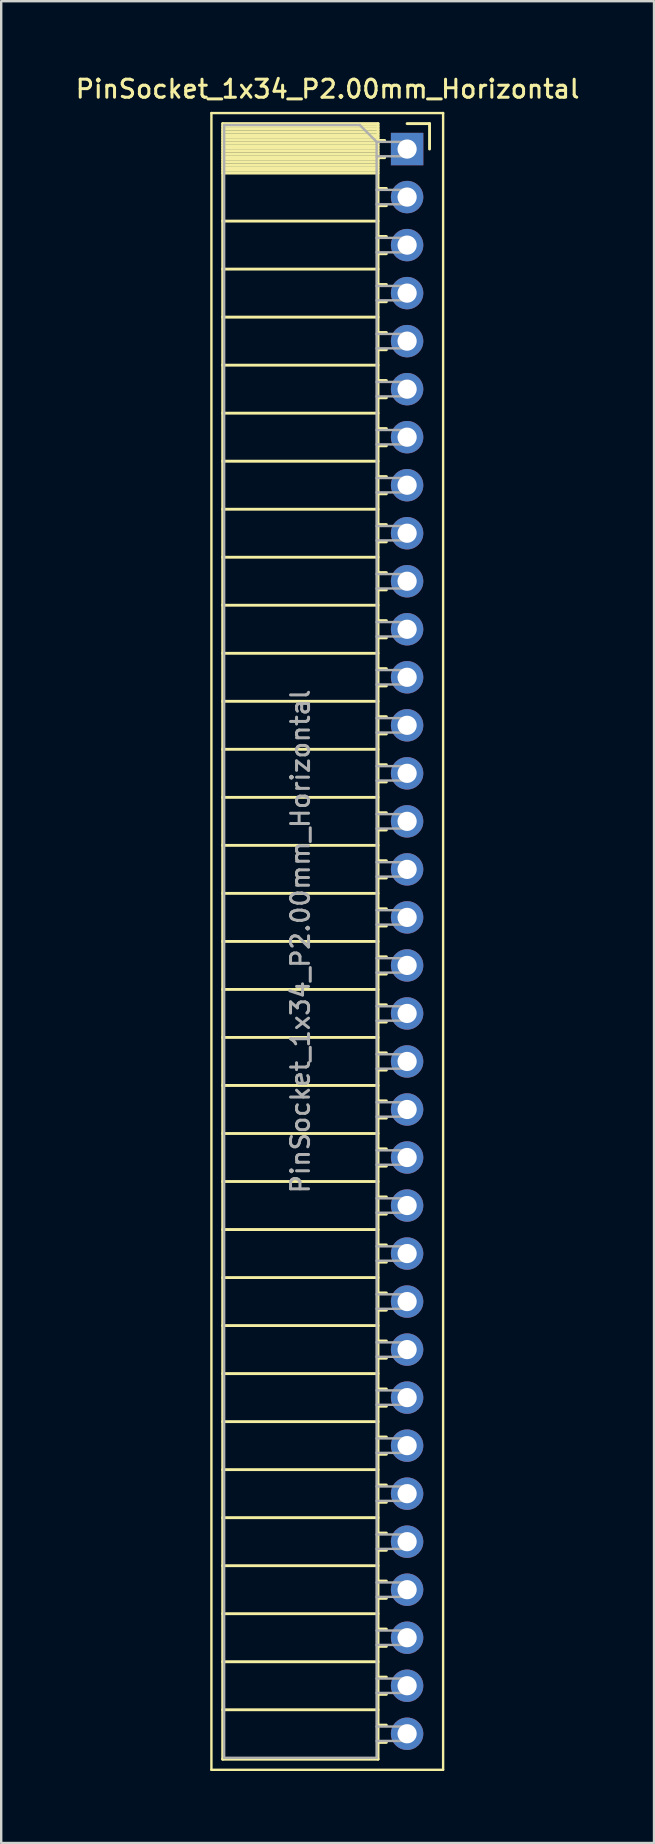
<source format=kicad_pcb>
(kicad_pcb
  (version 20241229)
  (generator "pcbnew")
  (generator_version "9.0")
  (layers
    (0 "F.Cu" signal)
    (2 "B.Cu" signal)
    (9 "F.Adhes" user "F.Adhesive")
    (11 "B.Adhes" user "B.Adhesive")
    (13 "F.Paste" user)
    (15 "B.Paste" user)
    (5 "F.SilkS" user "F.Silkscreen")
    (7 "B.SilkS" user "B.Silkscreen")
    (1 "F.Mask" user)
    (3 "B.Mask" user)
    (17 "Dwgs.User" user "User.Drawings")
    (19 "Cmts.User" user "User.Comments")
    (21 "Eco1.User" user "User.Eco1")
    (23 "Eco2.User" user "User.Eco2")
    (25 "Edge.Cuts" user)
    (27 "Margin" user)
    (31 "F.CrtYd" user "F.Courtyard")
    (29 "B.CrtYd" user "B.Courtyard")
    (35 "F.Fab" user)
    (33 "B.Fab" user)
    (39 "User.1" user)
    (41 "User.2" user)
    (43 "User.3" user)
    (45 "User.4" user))
  (footprint "PinSocket_1x34_P2.00mm_Horizontal"
    (layer "F.Cu")
    (at 13.905 3.158)
    (property "Reference" "PinSocket_1x34_P2.00mm_Horizontal" (at -3.31 -2.5 0) (layer "F.SilkS") (effects (font (size 0.75 0.75) (thickness 0.125))))
    (attr through_hole)
    (fp_line (start -8.15 -1.5) (end -8.15 67.5) (stroke (width 0.1) (type solid)) (layer "F.SilkS"))
    (fp_line (start -8.15 67.5) (end 1.5 67.5) (stroke (width 0.1) (type solid)) (layer "F.SilkS"))
    (fp_line (start -7.68 -1.06) (end -7.68 67.06) (stroke (width 0.12) (type solid)) (layer "F.SilkS"))
    (fp_line (start -7.68 -1.06) (end -1.21 -1.06) (stroke (width 0.12) (type solid)) (layer "F.SilkS"))
    (fp_line (start -7.68 -0.94) (end -1.21 -0.94) (stroke (width 0.12) (type solid)) (layer "F.SilkS"))
    (fp_line (start -7.68 -0.826) (end -1.21 -0.826) (stroke (width 0.12) (type solid)) (layer "F.SilkS"))
    (fp_line (start -7.68 -0.712) (end -1.21 -0.712) (stroke (width 0.12) (type solid)) (layer "F.SilkS"))
    (fp_line (start -7.68 -0.598) (end -1.21 -0.598) (stroke (width 0.12) (type solid)) (layer "F.SilkS"))
    (fp_line (start -7.68 -0.484) (end -1.21 -0.484) (stroke (width 0.12) (type solid)) (layer "F.SilkS"))
    (fp_line (start -7.68 -0.369) (end -1.21 -0.369) (stroke (width 0.12) (type solid)) (layer "F.SilkS"))
    (fp_line (start -7.68 -0.255) (end -1.21 -0.255) (stroke (width 0.12) (type solid)) (layer "F.SilkS"))
    (fp_line (start -7.68 -0.141) (end -1.21 -0.141) (stroke (width 0.12) (type solid)) (layer "F.SilkS"))
    (fp_line (start -7.68 -0.027) (end -1.21 -0.027) (stroke (width 0.12) (type solid)) (layer "F.SilkS"))
    (fp_line (start -7.68 0.087) (end -1.21 0.087) (stroke (width 0.12) (type solid)) (layer "F.SilkS"))
    (fp_line (start -7.68 0.201) (end -1.21 0.201) (stroke (width 0.12) (type solid)) (layer "F.SilkS"))
    (fp_line (start -7.68 0.315) (end -1.21 0.315) (stroke (width 0.12) (type solid)) (layer "F.SilkS"))
    (fp_line (start -7.68 0.429) (end -1.21 0.429) (stroke (width 0.12) (type solid)) (layer "F.SilkS"))
    (fp_line (start -7.68 0.544) (end -1.21 0.544) (stroke (width 0.12) (type solid)) (layer "F.SilkS"))
    (fp_line (start -7.68 0.658) (end -1.21 0.658) (stroke (width 0.12) (type solid)) (layer "F.SilkS"))
    (fp_line (start -7.68 0.772) (end -1.21 0.772) (stroke (width 0.12) (type solid)) (layer "F.SilkS"))
    (fp_line (start -7.68 0.886) (end -1.21 0.886) (stroke (width 0.12) (type solid)) (layer "F.SilkS"))
    (fp_line (start -7.68 1) (end -1.21 1) (stroke (width 0.12) (type solid)) (layer "F.SilkS"))
    (fp_line (start -7.68 3) (end -1.21 3) (stroke (width 0.12) (type solid)) (layer "F.SilkS"))
    (fp_line (start -7.68 5) (end -1.21 5) (stroke (width 0.12) (type solid)) (layer "F.SilkS"))
    (fp_line (start -7.68 7) (end -1.21 7) (stroke (width 0.12) (type solid)) (layer "F.SilkS"))
    (fp_line (start -7.68 9) (end -1.21 9) (stroke (width 0.12) (type solid)) (layer "F.SilkS"))
    (fp_line (start -7.68 11) (end -1.21 11) (stroke (width 0.12) (type solid)) (layer "F.SilkS"))
    (fp_line (start -7.68 13) (end -1.21 13) (stroke (width 0.12) (type solid)) (layer "F.SilkS"))
    (fp_line (start -7.68 15) (end -1.21 15) (stroke (width 0.12) (type solid)) (layer "F.SilkS"))
    (fp_line (start -7.68 17) (end -1.21 17) (stroke (width 0.12) (type solid)) (layer "F.SilkS"))
    (fp_line (start -7.68 19) (end -1.21 19) (stroke (width 0.12) (type solid)) (layer "F.SilkS"))
    (fp_line (start -7.68 21) (end -1.21 21) (stroke (width 0.12) (type solid)) (layer "F.SilkS"))
    (fp_line (start -7.68 23) (end -1.21 23) (stroke (width 0.12) (type solid)) (layer "F.SilkS"))
    (fp_line (start -7.68 25) (end -1.21 25) (stroke (width 0.12) (type solid)) (layer "F.SilkS"))
    (fp_line (start -7.68 27) (end -1.21 27) (stroke (width 0.12) (type solid)) (layer "F.SilkS"))
    (fp_line (start -7.68 29) (end -1.21 29) (stroke (width 0.12) (type solid)) (layer "F.SilkS"))
    (fp_line (start -7.68 31) (end -1.21 31) (stroke (width 0.12) (type solid)) (layer "F.SilkS"))
    (fp_line (start -7.68 33) (end -1.21 33) (stroke (width 0.12) (type solid)) (layer "F.SilkS"))
    (fp_line (start -7.68 35) (end -1.21 35) (stroke (width 0.12) (type solid)) (layer "F.SilkS"))
    (fp_line (start -7.68 37) (end -1.21 37) (stroke (width 0.12) (type solid)) (layer "F.SilkS"))
    (fp_line (start -7.68 39) (end -1.21 39) (stroke (width 0.12) (type solid)) (layer "F.SilkS"))
    (fp_line (start -7.68 41) (end -1.21 41) (stroke (width 0.12) (type solid)) (layer "F.SilkS"))
    (fp_line (start -7.68 43) (end -1.21 43) (stroke (width 0.12) (type solid)) (layer "F.SilkS"))
    (fp_line (start -7.68 45) (end -1.21 45) (stroke (width 0.12) (type solid)) (layer "F.SilkS"))
    (fp_line (start -7.68 47) (end -1.21 47) (stroke (width 0.12) (type solid)) (layer "F.SilkS"))
    (fp_line (start -7.68 49) (end -1.21 49) (stroke (width 0.12) (type solid)) (layer "F.SilkS"))
    (fp_line (start -7.68 51) (end -1.21 51) (stroke (width 0.12) (type solid)) (layer "F.SilkS"))
    (fp_line (start -7.68 53) (end -1.21 53) (stroke (width 0.12) (type solid)) (layer "F.SilkS"))
    (fp_line (start -7.68 55) (end -1.21 55) (stroke (width 0.12) (type solid)) (layer "F.SilkS"))
    (fp_line (start -7.68 57) (end -1.21 57) (stroke (width 0.12) (type solid)) (layer "F.SilkS"))
    (fp_line (start -7.68 59) (end -1.21 59) (stroke (width 0.12) (type solid)) (layer "F.SilkS"))
    (fp_line (start -7.68 61) (end -1.21 61) (stroke (width 0.12) (type solid)) (layer "F.SilkS"))
    (fp_line (start -7.68 63) (end -1.21 63) (stroke (width 0.12) (type solid)) (layer "F.SilkS"))
    (fp_line (start -7.68 65) (end -1.21 65) (stroke (width 0.12) (type solid)) (layer "F.SilkS"))
    (fp_line (start -7.68 67.06) (end -1.21 67.06) (stroke (width 0.12) (type solid)) (layer "F.SilkS"))
    (fp_line (start -1.21 -1.06) (end -1.21 67.06) (stroke (width 0.12) (type solid)) (layer "F.SilkS"))
    (fp_line (start -1.21 -0.36) (end -0.935 -0.36) (stroke (width 0.12) (type solid)) (layer "F.SilkS"))
    (fp_line (start -1.21 0.36) (end -0.935 0.36) (stroke (width 0.12) (type solid)) (layer "F.SilkS"))
    (fp_line (start -1.21 1.64) (end -0.863 1.64) (stroke (width 0.12) (type solid)) (layer "F.SilkS"))
    (fp_line (start -1.21 2.36) (end -0.863 2.36) (stroke (width 0.12) (type solid)) (layer "F.SilkS"))
    (fp_line (start -1.21 3.64) (end -0.863 3.64) (stroke (width 0.12) (type solid)) (layer "F.SilkS"))
    (fp_line (start -1.21 4.36) (end -0.863 4.36) (stroke (width 0.12) (type solid)) (layer "F.SilkS"))
    (fp_line (start -1.21 5.64) (end -0.863 5.64) (stroke (width 0.12) (type solid)) (layer "F.SilkS"))
    (fp_line (start -1.21 6.36) (end -0.863 6.36) (stroke (width 0.12) (type solid)) (layer "F.SilkS"))
    (fp_line (start -1.21 7.64) (end -0.863 7.64) (stroke (width 0.12) (type solid)) (layer "F.SilkS"))
    (fp_line (start -1.21 8.36) (end -0.863 8.36) (stroke (width 0.12) (type solid)) (layer "F.SilkS"))
    (fp_line (start -1.21 9.64) (end -0.863 9.64) (stroke (width 0.12) (type solid)) (layer "F.SilkS"))
    (fp_line (start -1.21 10.36) (end -0.863 10.36) (stroke (width 0.12) (type solid)) (layer "F.SilkS"))
    (fp_line (start -1.21 11.64) (end -0.863 11.64) (stroke (width 0.12) (type solid)) (layer "F.SilkS"))
    (fp_line (start -1.21 12.36) (end -0.863 12.36) (stroke (width 0.12) (type solid)) (layer "F.SilkS"))
    (fp_line (start -1.21 13.64) (end -0.863 13.64) (stroke (width 0.12) (type solid)) (layer "F.SilkS"))
    (fp_line (start -1.21 14.36) (end -0.863 14.36) (stroke (width 0.12) (type solid)) (layer "F.SilkS"))
    (fp_line (start -1.21 15.64) (end -0.863 15.64) (stroke (width 0.12) (type solid)) (layer "F.SilkS"))
    (fp_line (start -1.21 16.36) (end -0.863 16.36) (stroke (width 0.12) (type solid)) (layer "F.SilkS"))
    (fp_line (start -1.21 17.64) (end -0.863 17.64) (stroke (width 0.12) (type solid)) (layer "F.SilkS"))
    (fp_line (start -1.21 18.36) (end -0.863 18.36) (stroke (width 0.12) (type solid)) (layer "F.SilkS"))
    (fp_line (start -1.21 19.64) (end -0.863 19.64) (stroke (width 0.12) (type solid)) (layer "F.SilkS"))
    (fp_line (start -1.21 20.36) (end -0.863 20.36) (stroke (width 0.12) (type solid)) (layer "F.SilkS"))
    (fp_line (start -1.21 21.64) (end -0.863 21.64) (stroke (width 0.12) (type solid)) (layer "F.SilkS"))
    (fp_line (start -1.21 22.36) (end -0.863 22.36) (stroke (width 0.12) (type solid)) (layer "F.SilkS"))
    (fp_line (start -1.21 23.64) (end -0.863 23.64) (stroke (width 0.12) (type solid)) (layer "F.SilkS"))
    (fp_line (start -1.21 24.36) (end -0.863 24.36) (stroke (width 0.12) (type solid)) (layer "F.SilkS"))
    (fp_line (start -1.21 25.64) (end -0.863 25.64) (stroke (width 0.12) (type solid)) (layer "F.SilkS"))
    (fp_line (start -1.21 26.36) (end -0.863 26.36) (stroke (width 0.12) (type solid)) (layer "F.SilkS"))
    (fp_line (start -1.21 27.64) (end -0.863 27.64) (stroke (width 0.12) (type solid)) (layer "F.SilkS"))
    (fp_line (start -1.21 28.36) (end -0.863 28.36) (stroke (width 0.12) (type solid)) (layer "F.SilkS"))
    (fp_line (start -1.21 29.64) (end -0.863 29.64) (stroke (width 0.12) (type solid)) (layer "F.SilkS"))
    (fp_line (start -1.21 30.36) (end -0.863 30.36) (stroke (width 0.12) (type solid)) (layer "F.SilkS"))
    (fp_line (start -1.21 31.64) (end -0.863 31.64) (stroke (width 0.12) (type solid)) (layer "F.SilkS"))
    (fp_line (start -1.21 32.36) (end -0.863 32.36) (stroke (width 0.12) (type solid)) (layer "F.SilkS"))
    (fp_line (start -1.21 33.64) (end -0.863 33.64) (stroke (width 0.12) (type solid)) (layer "F.SilkS"))
    (fp_line (start -1.21 34.36) (end -0.863 34.36) (stroke (width 0.12) (type solid)) (layer "F.SilkS"))
    (fp_line (start -1.21 35.64) (end -0.863 35.64) (stroke (width 0.12) (type solid)) (layer "F.SilkS"))
    (fp_line (start -1.21 36.36) (end -0.863 36.36) (stroke (width 0.12) (type solid)) (layer "F.SilkS"))
    (fp_line (start -1.21 37.64) (end -0.863 37.64) (stroke (width 0.12) (type solid)) (layer "F.SilkS"))
    (fp_line (start -1.21 38.36) (end -0.863 38.36) (stroke (width 0.12) (type solid)) (layer "F.SilkS"))
    (fp_line (start -1.21 39.64) (end -0.863 39.64) (stroke (width 0.12) (type solid)) (layer "F.SilkS"))
    (fp_line (start -1.21 40.36) (end -0.863 40.36) (stroke (width 0.12) (type solid)) (layer "F.SilkS"))
    (fp_line (start -1.21 41.64) (end -0.863 41.64) (stroke (width 0.12) (type solid)) (layer "F.SilkS"))
    (fp_line (start -1.21 42.36) (end -0.863 42.36) (stroke (width 0.12) (type solid)) (layer "F.SilkS"))
    (fp_line (start -1.21 43.64) (end -0.863 43.64) (stroke (width 0.12) (type solid)) (layer "F.SilkS"))
    (fp_line (start -1.21 44.36) (end -0.863 44.36) (stroke (width 0.12) (type solid)) (layer "F.SilkS"))
    (fp_line (start -1.21 45.64) (end -0.863 45.64) (stroke (width 0.12) (type solid)) (layer "F.SilkS"))
    (fp_line (start -1.21 46.36) (end -0.863 46.36) (stroke (width 0.12) (type solid)) (layer "F.SilkS"))
    (fp_line (start -1.21 47.64) (end -0.863 47.64) (stroke (width 0.12) (type solid)) (layer "F.SilkS"))
    (fp_line (start -1.21 48.36) (end -0.863 48.36) (stroke (width 0.12) (type solid)) (layer "F.SilkS"))
    (fp_line (start -1.21 49.64) (end -0.863 49.64) (stroke (width 0.12) (type solid)) (layer "F.SilkS"))
    (fp_line (start -1.21 50.36) (end -0.863 50.36) (stroke (width 0.12) (type solid)) (layer "F.SilkS"))
    (fp_line (start -1.21 51.64) (end -0.863 51.64) (stroke (width 0.12) (type solid)) (layer "F.SilkS"))
    (fp_line (start -1.21 52.36) (end -0.863 52.36) (stroke (width 0.12) (type solid)) (layer "F.SilkS"))
    (fp_line (start -1.21 53.64) (end -0.863 53.64) (stroke (width 0.12) (type solid)) (layer "F.SilkS"))
    (fp_line (start -1.21 54.36) (end -0.863 54.36) (stroke (width 0.12) (type solid)) (layer "F.SilkS"))
    (fp_line (start -1.21 55.64) (end -0.863 55.64) (stroke (width 0.12) (type solid)) (layer "F.SilkS"))
    (fp_line (start -1.21 56.36) (end -0.863 56.36) (stroke (width 0.12) (type solid)) (layer "F.SilkS"))
    (fp_line (start -1.21 57.64) (end -0.863 57.64) (stroke (width 0.12) (type solid)) (layer "F.SilkS"))
    (fp_line (start -1.21 58.36) (end -0.863 58.36) (stroke (width 0.12) (type solid)) (layer "F.SilkS"))
    (fp_line (start -1.21 59.64) (end -0.863 59.64) (stroke (width 0.12) (type solid)) (layer "F.SilkS"))
    (fp_line (start -1.21 60.36) (end -0.863 60.36) (stroke (width 0.12) (type solid)) (layer "F.SilkS"))
    (fp_line (start -1.21 61.64) (end -0.863 61.64) (stroke (width 0.12) (type solid)) (layer "F.SilkS"))
    (fp_line (start -1.21 62.36) (end -0.863 62.36) (stroke (width 0.12) (type solid)) (layer "F.SilkS"))
    (fp_line (start -1.21 63.64) (end -0.863 63.64) (stroke (width 0.12) (type solid)) (layer "F.SilkS"))
    (fp_line (start -1.21 64.36) (end -0.863 64.36) (stroke (width 0.12) (type solid)) (layer "F.SilkS"))
    (fp_line (start -1.21 65.64) (end -0.863 65.64) (stroke (width 0.12) (type solid)) (layer "F.SilkS"))
    (fp_line (start -1.21 66.36) (end -0.863 66.36) (stroke (width 0.12) (type solid)) (layer "F.SilkS"))
    (fp_line (start 0 -1.06) (end 0.935 -1.06) (stroke (width 0.12) (type solid)) (layer "F.SilkS"))
    (fp_line (start 0.935 -1.06) (end 0.935 0) (stroke (width 0.12) (type solid)) (layer "F.SilkS"))
    (fp_line (start 1.5 -1.5) (end -8.15 -1.5) (stroke (width 0.1) (type solid)) (layer "F.SilkS"))
    (fp_line (start 1.5 67.5) (end 1.5 -1.5) (stroke (width 0.1) (type solid)) (layer "F.SilkS"))
    (fp_line (start -7.62 -1) (end -1.97 -1) (stroke (width 0.1) (type solid)) (layer "F.Fab"))
    (fp_line (start -7.62 67) (end -7.62 -1) (stroke (width 0.1) (type solid)) (layer "F.Fab"))
    (fp_line (start -1.97 -1) (end -1.27 -0.3) (stroke (width 0.1) (type solid)) (layer "F.Fab"))
    (fp_line (start -1.27 -0.3) (end -1.27 67) (stroke (width 0.1) (type solid)) (layer "F.Fab"))
    (fp_line (start -1.27 0.3) (end 0 0.3) (stroke (width 0.1) (type solid)) (layer "F.Fab"))
    (fp_line (start -1.27 2.3) (end 0 2.3) (stroke (width 0.1) (type solid)) (layer "F.Fab"))
    (fp_line (start -1.27 4.3) (end 0 4.3) (stroke (width 0.1) (type solid)) (layer "F.Fab"))
    (fp_line (start -1.27 6.3) (end 0 6.3) (stroke (width 0.1) (type solid)) (layer "F.Fab"))
    (fp_line (start -1.27 8.3) (end 0 8.3) (stroke (width 0.1) (type solid)) (layer "F.Fab"))
    (fp_line (start -1.27 10.3) (end 0 10.3) (stroke (width 0.1) (type solid)) (layer "F.Fab"))
    (fp_line (start -1.27 12.3) (end 0 12.3) (stroke (width 0.1) (type solid)) (layer "F.Fab"))
    (fp_line (start -1.27 14.3) (end 0 14.3) (stroke (width 0.1) (type solid)) (layer "F.Fab"))
    (fp_line (start -1.27 16.3) (end 0 16.3) (stroke (width 0.1) (type solid)) (layer "F.Fab"))
    (fp_line (start -1.27 18.3) (end 0 18.3) (stroke (width 0.1) (type solid)) (layer "F.Fab"))
    (fp_line (start -1.27 20.3) (end 0 20.3) (stroke (width 0.1) (type solid)) (layer "F.Fab"))
    (fp_line (start -1.27 22.3) (end 0 22.3) (stroke (width 0.1) (type solid)) (layer "F.Fab"))
    (fp_line (start -1.27 24.3) (end 0 24.3) (stroke (width 0.1) (type solid)) (layer "F.Fab"))
    (fp_line (start -1.27 26.3) (end 0 26.3) (stroke (width 0.1) (type solid)) (layer "F.Fab"))
    (fp_line (start -1.27 28.3) (end 0 28.3) (stroke (width 0.1) (type solid)) (layer "F.Fab"))
    (fp_line (start -1.27 30.3) (end 0 30.3) (stroke (width 0.1) (type solid)) (layer "F.Fab"))
    (fp_line (start -1.27 32.3) (end 0 32.3) (stroke (width 0.1) (type solid)) (layer "F.Fab"))
    (fp_line (start -1.27 34.3) (end 0 34.3) (stroke (width 0.1) (type solid)) (layer "F.Fab"))
    (fp_line (start -1.27 36.3) (end 0 36.3) (stroke (width 0.1) (type solid)) (layer "F.Fab"))
    (fp_line (start -1.27 38.3) (end 0 38.3) (stroke (width 0.1) (type solid)) (layer "F.Fab"))
    (fp_line (start -1.27 40.3) (end 0 40.3) (stroke (width 0.1) (type solid)) (layer "F.Fab"))
    (fp_line (start -1.27 42.3) (end 0 42.3) (stroke (width 0.1) (type solid)) (layer "F.Fab"))
    (fp_line (start -1.27 44.3) (end 0 44.3) (stroke (width 0.1) (type solid)) (layer "F.Fab"))
    (fp_line (start -1.27 46.3) (end 0 46.3) (stroke (width 0.1) (type solid)) (layer "F.Fab"))
    (fp_line (start -1.27 48.3) (end 0 48.3) (stroke (width 0.1) (type solid)) (layer "F.Fab"))
    (fp_line (start -1.27 50.3) (end 0 50.3) (stroke (width 0.1) (type solid)) (layer "F.Fab"))
    (fp_line (start -1.27 52.3) (end 0 52.3) (stroke (width 0.1) (type solid)) (layer "F.Fab"))
    (fp_line (start -1.27 54.3) (end 0 54.3) (stroke (width 0.1) (type solid)) (layer "F.Fab"))
    (fp_line (start -1.27 56.3) (end 0 56.3) (stroke (width 0.1) (type solid)) (layer "F.Fab"))
    (fp_line (start -1.27 58.3) (end 0 58.3) (stroke (width 0.1) (type solid)) (layer "F.Fab"))
    (fp_line (start -1.27 60.3) (end 0 60.3) (stroke (width 0.1) (type solid)) (layer "F.Fab"))
    (fp_line (start -1.27 62.3) (end 0 62.3) (stroke (width 0.1) (type solid)) (layer "F.Fab"))
    (fp_line (start -1.27 64.3) (end 0 64.3) (stroke (width 0.1) (type solid)) (layer "F.Fab"))
    (fp_line (start -1.27 66.3) (end 0 66.3) (stroke (width 0.1) (type solid)) (layer "F.Fab"))
    (fp_line (start -1.27 67) (end -7.62 67) (stroke (width 0.1) (type solid)) (layer "F.Fab"))
    (fp_line (start 0 -0.3) (end -1.27 -0.3) (stroke (width 0.1) (type solid)) (layer "F.Fab"))
    (fp_line (start 0 0.3) (end 0 -0.3) (stroke (width 0.1) (type solid)) (layer "F.Fab"))
    (fp_line (start 0 1.7) (end -1.27 1.7) (stroke (width 0.1) (type solid)) (layer "F.Fab"))
    (fp_line (start 0 2.3) (end 0 1.7) (stroke (width 0.1) (type solid)) (layer "F.Fab"))
    (fp_line (start 0 3.7) (end -1.27 3.7) (stroke (width 0.1) (type solid)) (layer "F.Fab"))
    (fp_line (start 0 4.3) (end 0 3.7) (stroke (width 0.1) (type solid)) (layer "F.Fab"))
    (fp_line (start 0 5.7) (end -1.27 5.7) (stroke (width 0.1) (type solid)) (layer "F.Fab"))
    (fp_line (start 0 6.3) (end 0 5.7) (stroke (width 0.1) (type solid)) (layer "F.Fab"))
    (fp_line (start 0 7.7) (end -1.27 7.7) (stroke (width 0.1) (type solid)) (layer "F.Fab"))
    (fp_line (start 0 8.3) (end 0 7.7) (stroke (width 0.1) (type solid)) (layer "F.Fab"))
    (fp_line (start 0 9.7) (end -1.27 9.7) (stroke (width 0.1) (type solid)) (layer "F.Fab"))
    (fp_line (start 0 10.3) (end 0 9.7) (stroke (width 0.1) (type solid)) (layer "F.Fab"))
    (fp_line (start 0 11.7) (end -1.27 11.7) (stroke (width 0.1) (type solid)) (layer "F.Fab"))
    (fp_line (start 0 12.3) (end 0 11.7) (stroke (width 0.1) (type solid)) (layer "F.Fab"))
    (fp_line (start 0 13.7) (end -1.27 13.7) (stroke (width 0.1) (type solid)) (layer "F.Fab"))
    (fp_line (start 0 14.3) (end 0 13.7) (stroke (width 0.1) (type solid)) (layer "F.Fab"))
    (fp_line (start 0 15.7) (end -1.27 15.7) (stroke (width 0.1) (type solid)) (layer "F.Fab"))
    (fp_line (start 0 16.3) (end 0 15.7) (stroke (width 0.1) (type solid)) (layer "F.Fab"))
    (fp_line (start 0 17.7) (end -1.27 17.7) (stroke (width 0.1) (type solid)) (layer "F.Fab"))
    (fp_line (start 0 18.3) (end 0 17.7) (stroke (width 0.1) (type solid)) (layer "F.Fab"))
    (fp_line (start 0 19.7) (end -1.27 19.7) (stroke (width 0.1) (type solid)) (layer "F.Fab"))
    (fp_line (start 0 20.3) (end 0 19.7) (stroke (width 0.1) (type solid)) (layer "F.Fab"))
    (fp_line (start 0 21.7) (end -1.27 21.7) (stroke (width 0.1) (type solid)) (layer "F.Fab"))
    (fp_line (start 0 22.3) (end 0 21.7) (stroke (width 0.1) (type solid)) (layer "F.Fab"))
    (fp_line (start 0 23.7) (end -1.27 23.7) (stroke (width 0.1) (type solid)) (layer "F.Fab"))
    (fp_line (start 0 24.3) (end 0 23.7) (stroke (width 0.1) (type solid)) (layer "F.Fab"))
    (fp_line (start 0 25.7) (end -1.27 25.7) (stroke (width 0.1) (type solid)) (layer "F.Fab"))
    (fp_line (start 0 26.3) (end 0 25.7) (stroke (width 0.1) (type solid)) (layer "F.Fab"))
    (fp_line (start 0 27.7) (end -1.27 27.7) (stroke (width 0.1) (type solid)) (layer "F.Fab"))
    (fp_line (start 0 28.3) (end 0 27.7) (stroke (width 0.1) (type solid)) (layer "F.Fab"))
    (fp_line (start 0 29.7) (end -1.27 29.7) (stroke (width 0.1) (type solid)) (layer "F.Fab"))
    (fp_line (start 0 30.3) (end 0 29.7) (stroke (width 0.1) (type solid)) (layer "F.Fab"))
    (fp_line (start 0 31.7) (end -1.27 31.7) (stroke (width 0.1) (type solid)) (layer "F.Fab"))
    (fp_line (start 0 32.3) (end 0 31.7) (stroke (width 0.1) (type solid)) (layer "F.Fab"))
    (fp_line (start 0 33.7) (end -1.27 33.7) (stroke (width 0.1) (type solid)) (layer "F.Fab"))
    (fp_line (start 0 34.3) (end 0 33.7) (stroke (width 0.1) (type solid)) (layer "F.Fab"))
    (fp_line (start 0 35.7) (end -1.27 35.7) (stroke (width 0.1) (type solid)) (layer "F.Fab"))
    (fp_line (start 0 36.3) (end 0 35.7) (stroke (width 0.1) (type solid)) (layer "F.Fab"))
    (fp_line (start 0 37.7) (end -1.27 37.7) (stroke (width 0.1) (type solid)) (layer "F.Fab"))
    (fp_line (start 0 38.3) (end 0 37.7) (stroke (width 0.1) (type solid)) (layer "F.Fab"))
    (fp_line (start 0 39.7) (end -1.27 39.7) (stroke (width 0.1) (type solid)) (layer "F.Fab"))
    (fp_line (start 0 40.3) (end 0 39.7) (stroke (width 0.1) (type solid)) (layer "F.Fab"))
    (fp_line (start 0 41.7) (end -1.27 41.7) (stroke (width 0.1) (type solid)) (layer "F.Fab"))
    (fp_line (start 0 42.3) (end 0 41.7) (stroke (width 0.1) (type solid)) (layer "F.Fab"))
    (fp_line (start 0 43.7) (end -1.27 43.7) (stroke (width 0.1) (type solid)) (layer "F.Fab"))
    (fp_line (start 0 44.3) (end 0 43.7) (stroke (width 0.1) (type solid)) (layer "F.Fab"))
    (fp_line (start 0 45.7) (end -1.27 45.7) (stroke (width 0.1) (type solid)) (layer "F.Fab"))
    (fp_line (start 0 46.3) (end 0 45.7) (stroke (width 0.1) (type solid)) (layer "F.Fab"))
    (fp_line (start 0 47.7) (end -1.27 47.7) (stroke (width 0.1) (type solid)) (layer "F.Fab"))
    (fp_line (start 0 48.3) (end 0 47.7) (stroke (width 0.1) (type solid)) (layer "F.Fab"))
    (fp_line (start 0 49.7) (end -1.27 49.7) (stroke (width 0.1) (type solid)) (layer "F.Fab"))
    (fp_line (start 0 50.3) (end 0 49.7) (stroke (width 0.1) (type solid)) (layer "F.Fab"))
    (fp_line (start 0 51.7) (end -1.27 51.7) (stroke (width 0.1) (type solid)) (layer "F.Fab"))
    (fp_line (start 0 52.3) (end 0 51.7) (stroke (width 0.1) (type solid)) (layer "F.Fab"))
    (fp_line (start 0 53.7) (end -1.27 53.7) (stroke (width 0.1) (type solid)) (layer "F.Fab"))
    (fp_line (start 0 54.3) (end 0 53.7) (stroke (width 0.1) (type solid)) (layer "F.Fab"))
    (fp_line (start 0 55.7) (end -1.27 55.7) (stroke (width 0.1) (type solid)) (layer "F.Fab"))
    (fp_line (start 0 56.3) (end 0 55.7) (stroke (width 0.1) (type solid)) (layer "F.Fab"))
    (fp_line (start 0 57.7) (end -1.27 57.7) (stroke (width 0.1) (type solid)) (layer "F.Fab"))
    (fp_line (start 0 58.3) (end 0 57.7) (stroke (width 0.1) (type solid)) (layer "F.Fab"))
    (fp_line (start 0 59.7) (end -1.27 59.7) (stroke (width 0.1) (type solid)) (layer "F.Fab"))
    (fp_line (start 0 60.3) (end 0 59.7) (stroke (width 0.1) (type solid)) (layer "F.Fab"))
    (fp_line (start 0 61.7) (end -1.27 61.7) (stroke (width 0.1) (type solid)) (layer "F.Fab"))
    (fp_line (start 0 62.3) (end 0 61.7) (stroke (width 0.1) (type solid)) (layer "F.Fab"))
    (fp_line (start 0 63.7) (end -1.27 63.7) (stroke (width 0.1) (type solid)) (layer "F.Fab"))
    (fp_line (start 0 64.3) (end 0 63.7) (stroke (width 0.1) (type solid)) (layer "F.Fab"))
    (fp_line (start 0 65.7) (end -1.27 65.7) (stroke (width 0.1) (type solid)) (layer "F.Fab"))
    (fp_line (start 0 66.3) (end 0 65.7) (stroke (width 0.1) (type solid)) (layer "F.Fab"))
    (fp_text user "${REFERENCE}" (at -4.445 33 90) (layer "F.Fab") (effects (font (size 0.75 0.75) (thickness 0.125))))
    (pad "1" thru_hole rect (at 0 0) (size 1.35 1.35) (drill 0.8) (layers "*.Cu" "*.Mask"))
    (pad "2" thru_hole oval (at 0 2) (size 1.35 1.35) (drill 0.8) (layers "*.Cu" "*.Mask"))
    (pad "3" thru_hole oval (at 0 4) (size 1.35 1.35) (drill 0.8) (layers "*.Cu" "*.Mask"))
    (pad "4" thru_hole oval (at 0 6) (size 1.35 1.35) (drill 0.8) (layers "*.Cu" "*.Mask"))
    (pad "5" thru_hole oval (at 0 8) (size 1.35 1.35) (drill 0.8) (layers "*.Cu" "*.Mask"))
    (pad "6" thru_hole oval (at 0 10) (size 1.35 1.35) (drill 0.8) (layers "*.Cu" "*.Mask"))
    (pad "7" thru_hole oval (at 0 12) (size 1.35 1.35) (drill 0.8) (layers "*.Cu" "*.Mask"))
    (pad "8" thru_hole oval (at 0 14) (size 1.35 1.35) (drill 0.8) (layers "*.Cu" "*.Mask"))
    (pad "9" thru_hole oval (at 0 16) (size 1.35 1.35) (drill 0.8) (layers "*.Cu" "*.Mask"))
    (pad "10" thru_hole oval (at 0 18) (size 1.35 1.35) (drill 0.8) (layers "*.Cu" "*.Mask"))
    (pad "11" thru_hole oval (at 0 20) (size 1.35 1.35) (drill 0.8) (layers "*.Cu" "*.Mask"))
    (pad "12" thru_hole oval (at 0 22) (size 1.35 1.35) (drill 0.8) (layers "*.Cu" "*.Mask"))
    (pad "13" thru_hole oval (at 0 24) (size 1.35 1.35) (drill 0.8) (layers "*.Cu" "*.Mask"))
    (pad "14" thru_hole oval (at 0 26) (size 1.35 1.35) (drill 0.8) (layers "*.Cu" "*.Mask"))
    (pad "15" thru_hole oval (at 0 28) (size 1.35 1.35) (drill 0.8) (layers "*.Cu" "*.Mask"))
    (pad "16" thru_hole oval (at 0 30) (size 1.35 1.35) (drill 0.8) (layers "*.Cu" "*.Mask"))
    (pad "17" thru_hole oval (at 0 32) (size 1.35 1.35) (drill 0.8) (layers "*.Cu" "*.Mask"))
    (pad "18" thru_hole oval (at 0 34) (size 1.35 1.35) (drill 0.8) (layers "*.Cu" "*.Mask"))
    (pad "19" thru_hole oval (at 0 36) (size 1.35 1.35) (drill 0.8) (layers "*.Cu" "*.Mask"))
    (pad "20" thru_hole oval (at 0 38) (size 1.35 1.35) (drill 0.8) (layers "*.Cu" "*.Mask"))
    (pad "21" thru_hole oval (at 0 40) (size 1.35 1.35) (drill 0.8) (layers "*.Cu" "*.Mask"))
    (pad "22" thru_hole oval (at 0 42) (size 1.35 1.35) (drill 0.8) (layers "*.Cu" "*.Mask"))
    (pad "23" thru_hole oval (at 0 44) (size 1.35 1.35) (drill 0.8) (layers "*.Cu" "*.Mask"))
    (pad "24" thru_hole oval (at 0 46) (size 1.35 1.35) (drill 0.8) (layers "*.Cu" "*.Mask"))
    (pad "25" thru_hole oval (at 0 48) (size 1.35 1.35) (drill 0.8) (layers "*.Cu" "*.Mask"))
    (pad "26" thru_hole oval (at 0 50) (size 1.35 1.35) (drill 0.8) (layers "*.Cu" "*.Mask"))
    (pad "27" thru_hole oval (at 0 52) (size 1.35 1.35) (drill 0.8) (layers "*.Cu" "*.Mask"))
    (pad "28" thru_hole oval (at 0 54) (size 1.35 1.35) (drill 0.8) (layers "*.Cu" "*.Mask"))
    (pad "29" thru_hole oval (at 0 56) (size 1.35 1.35) (drill 0.8) (layers "*.Cu" "*.Mask"))
    (pad "30" thru_hole oval (at 0 58) (size 1.35 1.35) (drill 0.8) (layers "*.Cu" "*.Mask"))
    (pad "31" thru_hole oval (at 0 60) (size 1.35 1.35) (drill 0.8) (layers "*.Cu" "*.Mask"))
    (pad "32" thru_hole oval (at 0 62) (size 1.35 1.35) (drill 0.8) (layers "*.Cu" "*.Mask"))
    (pad "33" thru_hole oval (at 0 64) (size 1.35 1.35) (drill 0.8) (layers "*.Cu" "*.Mask"))
    (pad "34" thru_hole oval (at 0 66) (size 1.35 1.35) (drill 0.8) (layers "*.Cu" "*.Mask")))
  (gr_rect
    (start -3 -3)
    (end 24.189 73.708)
    (stroke (width 0.1) (type default))
    (fill no)
    (layer "Edge.Cuts")))
</source>
